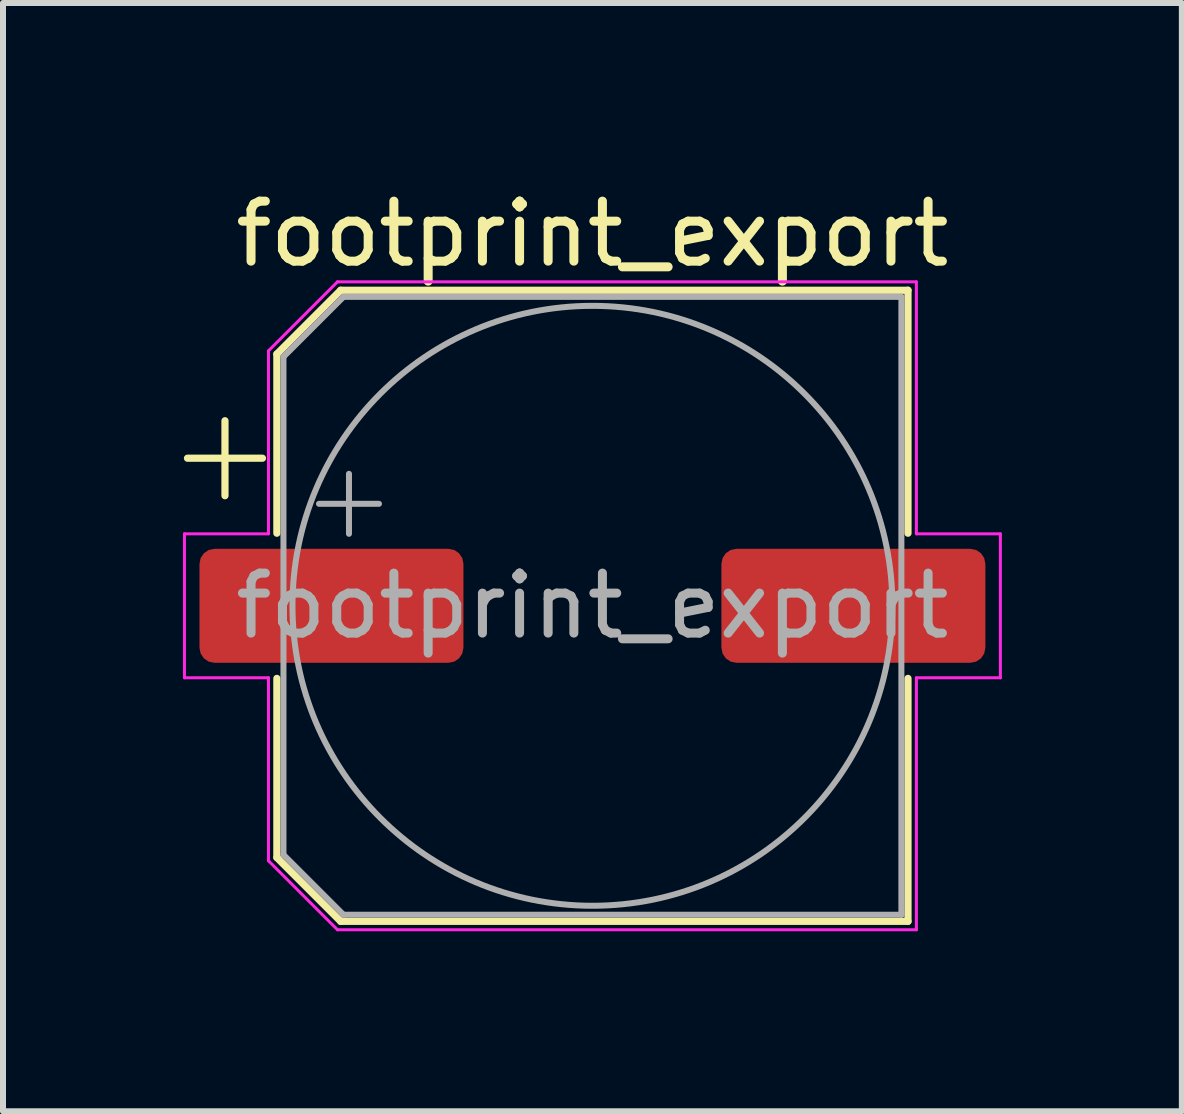
<source format=kicad_pcb>
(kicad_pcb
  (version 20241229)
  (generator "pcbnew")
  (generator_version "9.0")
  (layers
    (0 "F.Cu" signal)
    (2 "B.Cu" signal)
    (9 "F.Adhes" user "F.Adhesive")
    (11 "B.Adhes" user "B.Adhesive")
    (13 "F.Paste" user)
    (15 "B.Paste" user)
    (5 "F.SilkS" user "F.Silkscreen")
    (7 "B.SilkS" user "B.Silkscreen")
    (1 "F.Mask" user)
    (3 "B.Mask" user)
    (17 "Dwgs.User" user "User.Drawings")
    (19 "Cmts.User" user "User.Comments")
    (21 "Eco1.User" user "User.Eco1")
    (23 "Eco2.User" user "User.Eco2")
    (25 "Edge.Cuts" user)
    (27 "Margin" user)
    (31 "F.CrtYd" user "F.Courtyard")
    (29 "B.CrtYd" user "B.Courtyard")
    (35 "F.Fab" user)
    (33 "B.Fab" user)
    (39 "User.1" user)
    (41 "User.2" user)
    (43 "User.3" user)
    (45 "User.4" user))
  (footprint "footprint_export"
    (layer "F.Cu")
    (at 6.825 7.048)
    (property "Reference" "footprint_export" (at 0 -6.2 0) (layer "F.SilkS") (effects (font (size 1 1) (thickness 0.15))))
    (attr smd)
    (fp_line (start -6.75 -2.46) (end -5.5 -2.46) (stroke (width 0.12) (type solid)) (layer "F.SilkS"))
    (fp_line (start -6.125 -3.085) (end -6.125 -1.835) (stroke (width 0.12) (type solid)) (layer "F.SilkS"))
    (fp_line (start -5.26 -4.196) (end -5.26 -1.21) (stroke (width 0.12) (type solid)) (layer "F.SilkS"))
    (fp_line (start -5.26 -4.196) (end -4.196 -5.26) (stroke (width 0.12) (type solid)) (layer "F.SilkS"))
    (fp_line (start -5.26 4.196) (end -5.26 1.21) (stroke (width 0.12) (type solid)) (layer "F.SilkS"))
    (fp_line (start -5.26 4.196) (end -4.196 5.26) (stroke (width 0.12) (type solid)) (layer "F.SilkS"))
    (fp_line (start -4.196 -5.26) (end 5.26 -5.26) (stroke (width 0.12) (type solid)) (layer "F.SilkS"))
    (fp_line (start -4.196 5.26) (end 5.26 5.26) (stroke (width 0.12) (type solid)) (layer "F.SilkS"))
    (fp_line (start 5.26 -5.26) (end 5.26 -1.21) (stroke (width 0.12) (type solid)) (layer "F.SilkS"))
    (fp_line (start 5.26 5.26) (end 5.26 1.21) (stroke (width 0.12) (type solid)) (layer "F.SilkS"))
    (fp_line (start -6.8 -1.2) (end -6.8 1.2) (stroke (width 0.05) (type solid)) (layer "F.CrtYd"))
    (fp_line (start -6.8 1.2) (end -5.4 1.2) (stroke (width 0.05) (type solid)) (layer "F.CrtYd"))
    (fp_line (start -5.4 -4.25) (end -5.4 -1.2) (stroke (width 0.05) (type solid)) (layer "F.CrtYd"))
    (fp_line (start -5.4 -4.25) (end -4.25 -5.4) (stroke (width 0.05) (type solid)) (layer "F.CrtYd"))
    (fp_line (start -5.4 -1.2) (end -6.8 -1.2) (stroke (width 0.05) (type solid)) (layer "F.CrtYd"))
    (fp_line (start -5.4 1.2) (end -5.4 4.25) (stroke (width 0.05) (type solid)) (layer "F.CrtYd"))
    (fp_line (start -5.4 4.25) (end -4.25 5.4) (stroke (width 0.05) (type solid)) (layer "F.CrtYd"))
    (fp_line (start -4.25 -5.4) (end 5.4 -5.4) (stroke (width 0.05) (type solid)) (layer "F.CrtYd"))
    (fp_line (start -4.25 5.4) (end 5.4 5.4) (stroke (width 0.05) (type solid)) (layer "F.CrtYd"))
    (fp_line (start 5.4 -5.4) (end 5.4 -1.2) (stroke (width 0.05) (type solid)) (layer "F.CrtYd"))
    (fp_line (start 5.4 -1.2) (end 6.8 -1.2) (stroke (width 0.05) (type solid)) (layer "F.CrtYd"))
    (fp_line (start 5.4 1.2) (end 5.4 5.4) (stroke (width 0.05) (type solid)) (layer "F.CrtYd"))
    (fp_line (start 6.8 -1.2) (end 6.8 1.2) (stroke (width 0.05) (type solid)) (layer "F.CrtYd"))
    (fp_line (start 6.8 1.2) (end 5.4 1.2) (stroke (width 0.05) (type solid)) (layer "F.CrtYd"))
    (fp_line (start -5.15 -4.15) (end -5.15 4.15) (stroke (width 0.1) (type solid)) (layer "F.Fab"))
    (fp_line (start -5.15 -4.15) (end -4.15 -5.15) (stroke (width 0.1) (type solid)) (layer "F.Fab"))
    (fp_line (start -5.15 4.15) (end -4.15 5.15) (stroke (width 0.1) (type solid)) (layer "F.Fab"))
    (fp_line (start -4.558 -1.7) (end -3.558 -1.7) (stroke (width 0.1) (type solid)) (layer "F.Fab"))
    (fp_line (start -4.15 -5.15) (end 5.15 -5.15) (stroke (width 0.1) (type solid)) (layer "F.Fab"))
    (fp_line (start -4.15 5.15) (end 5.15 5.15) (stroke (width 0.1) (type solid)) (layer "F.Fab"))
    (fp_line (start -4.058 -2.2) (end -4.058 -1.2) (stroke (width 0.1) (type solid)) (layer "F.Fab"))
    (fp_line (start 5.15 -5.15) (end 5.15 5.15) (stroke (width 0.1) (type solid)) (layer "F.Fab"))
    (fp_circle (center 0 0) (end 5 0) (stroke (width 0.1) (type solid)) (fill no) (layer "F.Fab"))
    (fp_text user "${REFERENCE}" (at 0 0 0) (layer "F.Fab") (effects (font (size 1 1) (thickness 0.15))))
    (pad "1" smd roundrect (at -4.35 0) (size 4.4 1.9) (layers "F.Cu" "F.Mask" "F.Paste") (roundrect_rratio 0.132))
    (pad "2" smd roundrect (at 4.35 0) (size 4.4 1.9) (layers "F.Cu" "F.Mask" "F.Paste") (roundrect_rratio 0.132)))
  (gr_rect
    (start -3 -3)
    (end 16.65 15.473)
    (stroke (width 0.1) (type default))
    (fill no)
    (layer "Edge.Cuts")))
</source>
